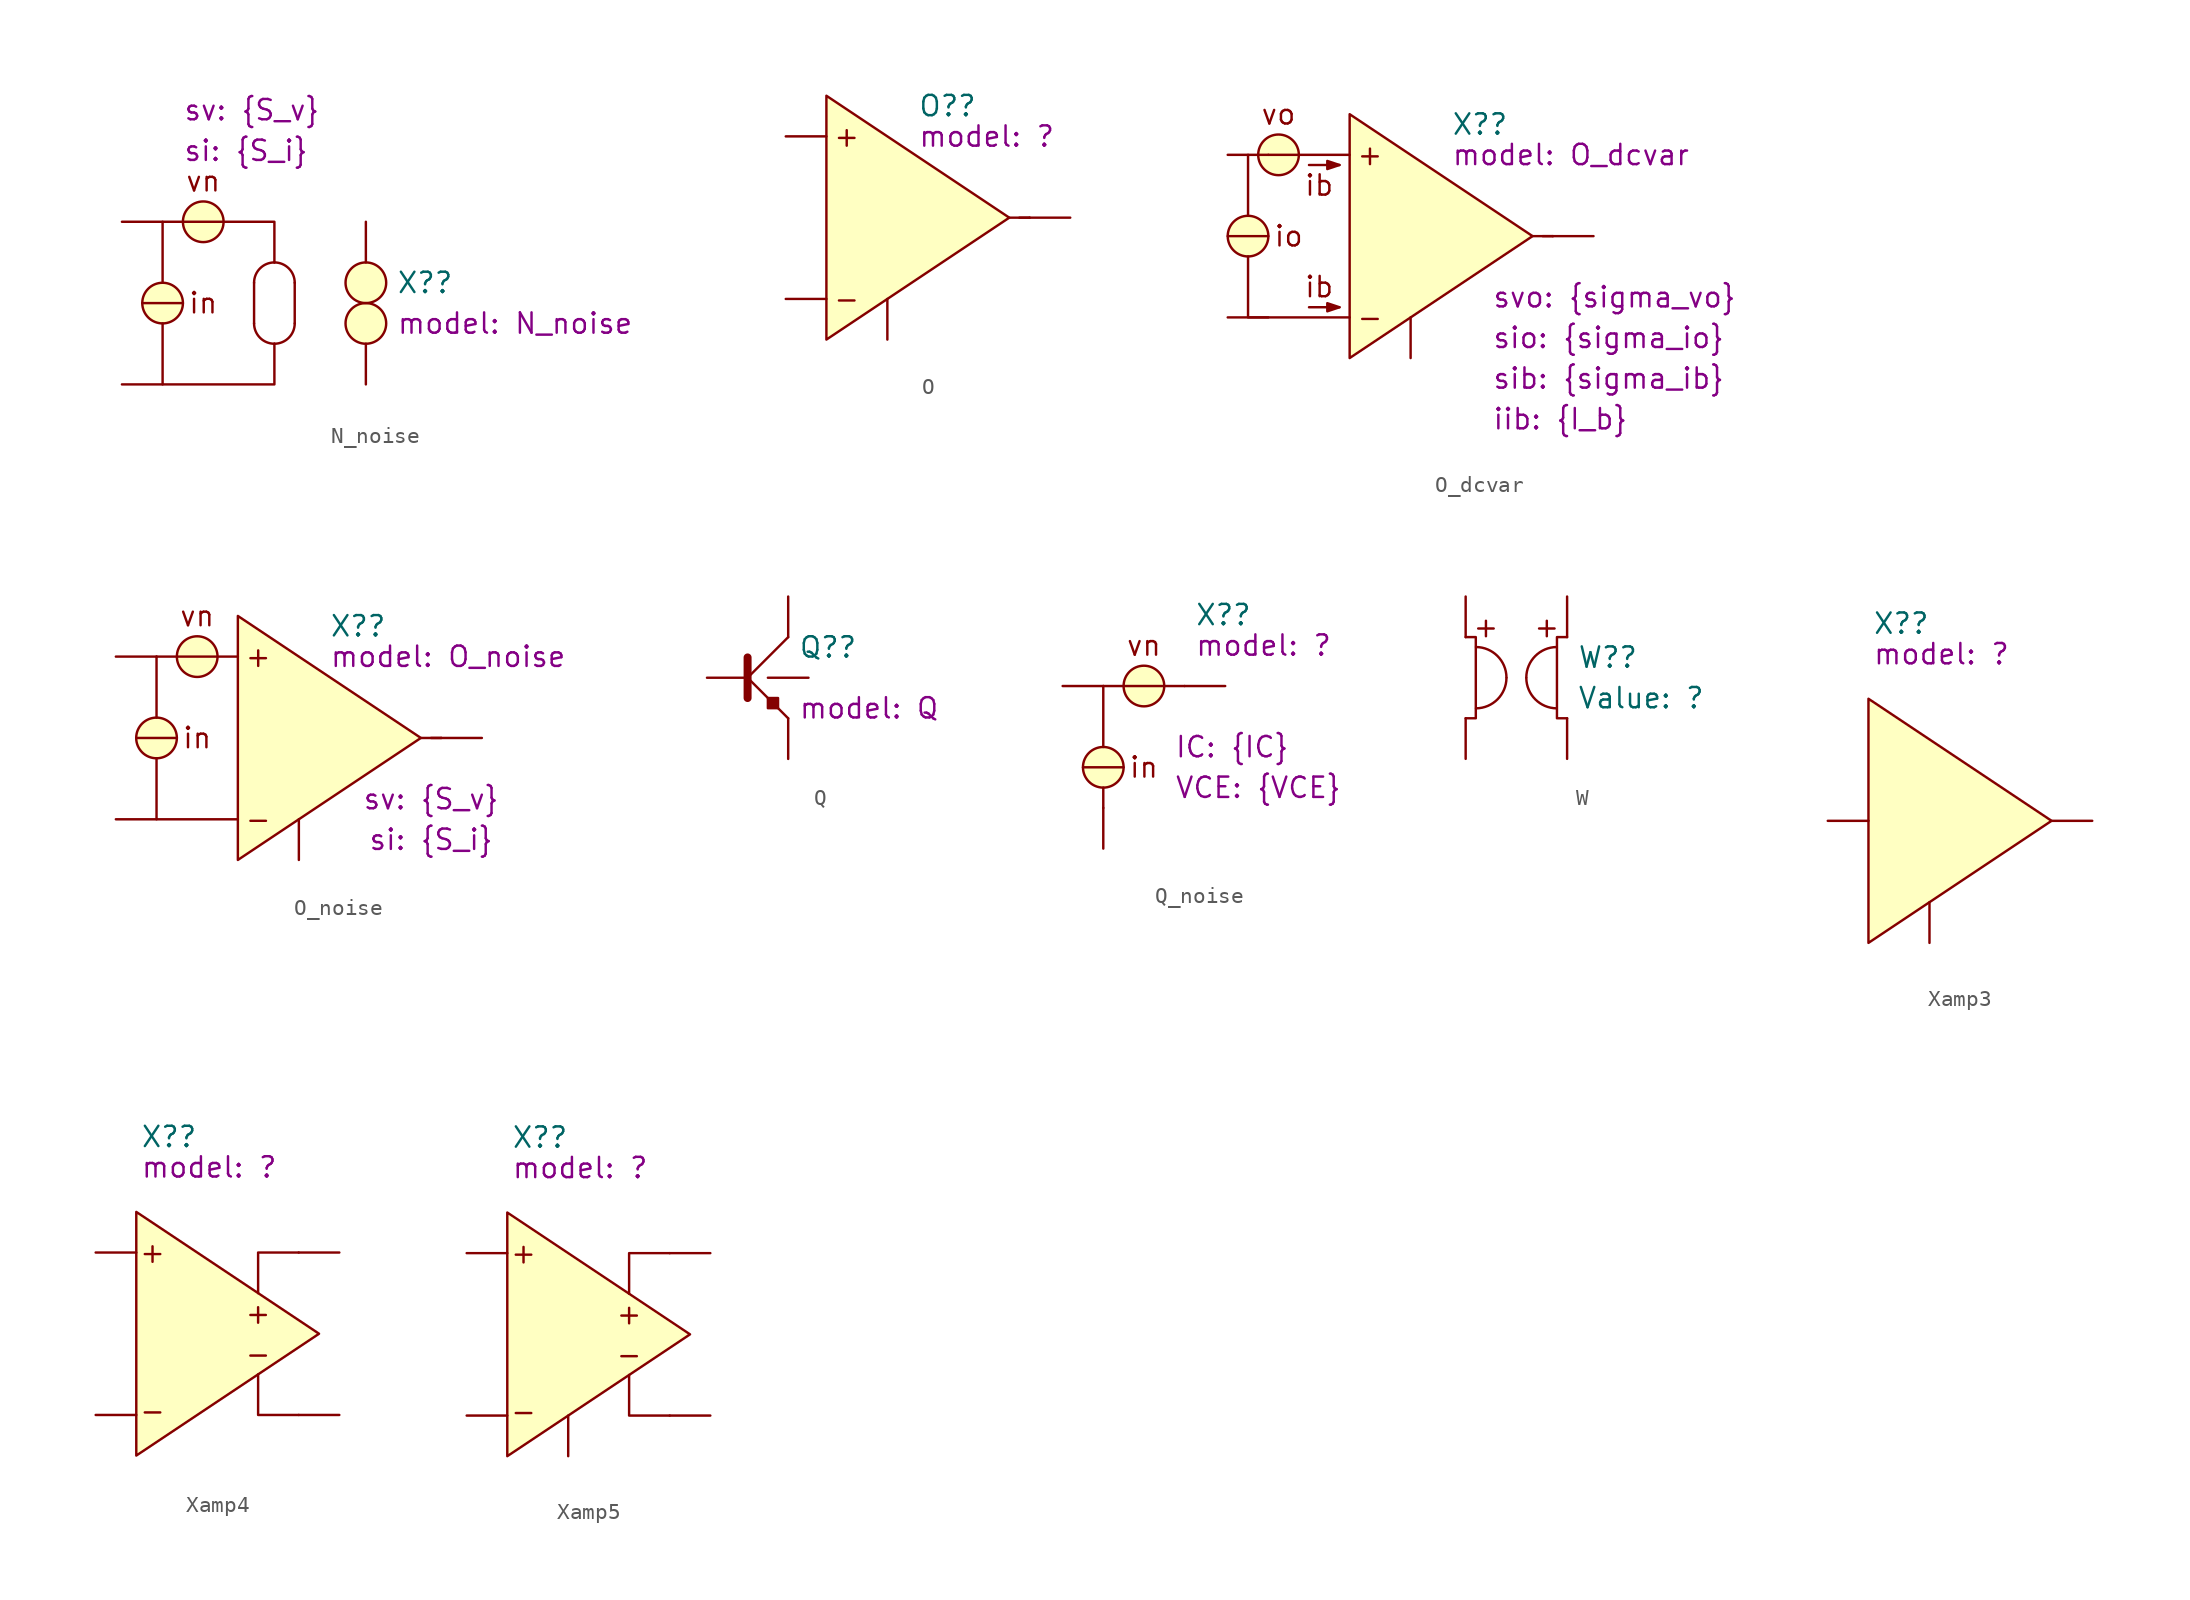
<source format=kicad_sym>
(kicad_symbol_lib
  (version 20231120)
  (generator "kicad_symbol_editor")
  (generator_version "8.0")
  (symbol "N_noise"
    (pin_numbers hide)
    (pin_names
      (offset 0) hide)
    (property "Reference" "X?"
      (at 1.905 1.27 0)
      (effects (font (size 1.27 1.27)) (justify left)))
    (property "sv" "{S_v}"
      (at -11.43 12.065 0)
      (show_name)
      (effects (font (size 1.27 1.27)) (justify left)))
    (property "si" "{S_i}"
      (at -11.43 9.525 0)
      (show_name)
      (effects (font (size 1.27 1.27)) (justify left)))
    (property "model" "N_noise"
      (at 1.905 -1.27 0)
      (show_name)
      (effects (font (size 1.27 1.27)) (justify left)))
    (symbol "N_noise_0_1"
      (arc (start -6.985 -1.27) (mid -6.613 -2.168) (end -5.715 -2.54) (stroke (width 0) (type default)) (fill (type none)))
      (arc (start -5.715 -2.54) (mid -4.817 -2.168) (end -4.445 -1.27) (stroke (width 0) (type default)) (fill (type none)))
      (arc (start -5.7149 2.5401) (mid -6.6129 2.1681) (end -6.9849 1.2701) (stroke (width 0) (type default)) (fill (type none)))
      (arc (start -4.4449 1.2701) (mid -4.8169 2.1681) (end -5.7149 2.5401) (stroke (width 0) (type default)) (fill (type none)))
      (polyline (pts (xy -13.97 0) (xy -11.43 0)) (stroke (width 0) (type default)) (fill (type none)))
      (polyline (pts (xy -6.985 1.27) (xy -6.985 -1.27)) (stroke (width 0) (type default)) (fill (type none)))
      (polyline (pts (xy -4.445 1.27) (xy -4.445 -1.27)) (stroke (width 0) (type default)) (fill (type none)))
      (polyline (pts (xy -12.7 -1.27) (xy -12.7 -5.08) (xy -5.715 -5.08) (xy -5.715 -2.54)) (stroke (width 0) (type default)) (fill (type none)))
      (polyline (pts (xy -5.715 2.54) (xy -5.715 5.08) (xy -12.7 5.08) (xy -12.7 1.27)) (stroke (width 0) (type default)) (fill (type none))))
    (symbol "N_noise_1_0"
      (pin power_out line (at 0 5.08 270) (length 2.54) (name "outP" (effects (font (size 1.27 1.27)))) (number "3" (effects (font (size 1.27 1.27)))))
      (pin power_out line (at 0 -5.08 90) (length 2.54) (name "outN" (effects (font (size 1.27 1.27)))) (number "4" (effects (font (size 1.27 1.27))))))
    (symbol "N_noise_1_1"
      (circle (center -12.7 0) (radius 1.27) (stroke (width 0) (type default)) (fill (type background)))
      (circle (center -10.16 5.08) (radius 1.27) (stroke (width 0) (type default)) (fill (type background)))
      (circle (center 0 -1.27) (radius 1.27) (stroke (width 0) (type default)) (fill (type background)))
      (circle (center 0 1.27) (radius 1.27) (stroke (width 0) (type default)) (fill (type background)))
      (text "in" (at -10.16 0 0) (effects (font (size 1.27 1.27))))
      (text "vn" (at -10.16 7.62 0) (effects (font (size 1.27 1.27))))
      (pin input line (at -15.24 5.08 0) (length 2.54) (name "inp" (effects (font (size 1.27 1.27)))) (number "1" (effects (font (size 1.27 1.27)))))
      (pin input line (at -15.24 -5.08 0) (length 2.54) (name "inN" (effects (font (size 1.27 1.27)))) (number "2" (effects (font (size 1.27 1.27)))))))
  (symbol "O"
    (pin_numbers hide)
    (pin_names
      (offset 0) hide)
    (property "Reference" "O?"
      (at 0.635 6.985 0)
      (effects (font (size 1.27 1.27)) (justify left)))
    (property "model" "?"
      (at 0.635 5.08 0)
      (show_name)
      (effects (font (size 1.27 1.27)) (justify left)))
    (symbol "O_0_1"
      (polyline (pts (xy 6.35 0) (xy 7.62 0)) (stroke (width 0) (type default)) (fill (type none)))
      (polyline (pts (xy 7.62 0) (xy 6.985 0)) (stroke (width 0) (type default)) (fill (type none))))
    (symbol "O_1_0"
      (pin power_out line (at 10.16 0 180) (length 2.54) (name "outP" (effects (font (size 1.27 1.27)))) (number "3" (effects (font (size 1.27 1.27)))))
      (pin power_out line (at -1.27 -7.62 90) (length 2.54) (name "outN" (effects (font (size 1.27 1.27)))) (number "4" (effects (font (size 1.27 1.27))))))
    (symbol "O_1_1"
      (polyline (pts (xy 6.35 0) (xy -5.08 7.62) (xy -5.08 -7.62) (xy 6.35 0)) (stroke (width 0) (type default)) (fill (type background)))
      (text "+" (at -3.81 5.08 0) (effects (font (size 1.27 1.27))))
      (text "-" (at -3.81 -5.08 0) (effects (font (size 1.27 1.27))))
      (pin input line (at -7.62 5.08 0) (length 2.54) (name "inp" (effects (font (size 1.27 1.27)))) (number "1" (effects (font (size 1.27 1.27)))))
      (pin input line (at -7.62 -5.08 0) (length 2.54) (name "inN" (effects (font (size 1.27 1.27)))) (number "2" (effects (font (size 1.27 1.27)))))))
  (symbol "O_dcvar"
    (pin_numbers hide)
    (pin_names
      (offset 0) hide)
    (property "Reference" "X?"
      (at 1.27 6.985 0)
      (effects (font (size 1.27 1.27)) (justify left)))
    (property "svo" "{sigma_vo}"
      (at 3.81 -3.81 0)
      (show_name)
      (do_not_autoplace)
      (effects (font (size 1.27 1.27)) (justify left)))
    (property "sio" "{sigma_io}"
      (at 3.81 -6.35 0)
      (show_name)
      (do_not_autoplace)
      (effects (font (size 1.27 1.27)) (justify left)))
    (property "model" "O_dcvar"
      (at 1.27 5.08 0)
      (show_name)
      (effects (font (size 1.27 1.27)) (justify left)))
    (property "sib" "{sigma_ib}"
      (at 3.81 -8.89 0)
      (show_name)
      (do_not_autoplace)
      (effects (font (size 1.27 1.27)) (justify left)))
    (property "iib" "{I_b}"
      (at 3.81 -11.43 0)
      (show_name)
      (do_not_autoplace)
      (effects (font (size 1.27 1.27)) (justify left)))
    (symbol "O_dcvar_0_1"
      (polyline (pts (xy -12.7 0) (xy -10.16 0)) (stroke (width 0) (type default)) (fill (type none)))
      (polyline (pts (xy -5.715 -4.445) (xy -7.62 -4.445)) (stroke (width 0) (type solid)) (fill (type none)))
      (polyline (pts (xy -5.715 4.445) (xy -7.62 4.445)) (stroke (width 0) (type solid)) (fill (type none)))
      (polyline (pts (xy 6.35 0) (xy 7.62 0)) (stroke (width 0) (type default)) (fill (type none)))
      (polyline (pts (xy 7.62 0) (xy 6.985 0)) (stroke (width 0) (type default)) (fill (type none)))
      (polyline (pts (xy -11.43 -1.27) (xy -11.43 -5.08) (xy -5.08 -5.08)) (stroke (width 0) (type default)) (fill (type none)))
      (polyline (pts (xy -5.715 -4.445) (xy -6.477 -4.191) (xy -6.477 -4.699) (xy -5.715 -4.445)) (stroke (width 0) (type solid)) (fill (type outline)))
      (polyline (pts (xy -5.715 4.445) (xy -6.477 4.699) (xy -6.477 4.191) (xy -5.715 4.445)) (stroke (width 0) (type solid)) (fill (type outline))))
    (symbol "O_dcvar_1_0"
      (pin power_out line (at 10.16 0 180) (length 2.54) (name "outP" (effects (font (size 1.27 1.27)))) (number "3" (effects (font (size 1.27 1.27)))))
      (pin power_out line (at -1.27 -7.62 90) (length 2.54) (name "outN" (effects (font (size 1.27 1.27)))) (number "4" (effects (font (size 1.27 1.27))))))
    (symbol "O_dcvar_1_1"
      (circle (center -11.43 0) (radius 1.27) (stroke (width 0) (type default)) (fill (type background)))
      (circle (center -9.525 5.08) (radius 1.27) (stroke (width 0) (type default)) (fill (type background)))
      (polyline (pts (xy -11.43 1.27) (xy -11.43 5.08)) (stroke (width 0) (type default)) (fill (type none)))
      (polyline (pts (xy -10.16 5.08) (xy -5.08 5.08)) (stroke (width 0) (type default)) (fill (type none)))
      (polyline (pts (xy 6.35 0) (xy -5.08 7.62) (xy -5.08 -7.62) (xy 6.35 0)) (stroke (width 0) (type default)) (fill (type background)))
      (text "+" (at -3.81 5.08 0) (effects (font (size 1.27 1.27))))
      (text "-" (at -3.81 -5.08 0) (effects (font (size 1.27 1.27))))
      (text "ib" (at -6.985 -3.175 0) (effects (font (size 1.27 1.27))))
      (text "ib" (at -6.985 3.175 0) (effects (font (size 1.27 1.27))))
      (text "io" (at -8.89 0 0) (effects (font (size 1.27 1.27))))
      (text "vo" (at -9.525 7.62 0) (effects (font (size 1.27 1.27))))
      (pin input line (at -12.7 5.08 0) (length 2.54) (name "inp" (effects (font (size 1.27 1.27)))) (number "1" (effects (font (size 1.27 1.27)))))
      (pin input line (at -12.7 -5.08 0) (length 2.54) (name "inN" (effects (font (size 1.27 1.27)))) (number "2" (effects (font (size 1.27 1.27)))))))
  (symbol "O_noise"
    (pin_numbers hide)
    (pin_names
      (offset 0) hide)
    (property "Reference" "X?"
      (at 0.635 6.985 0)
      (effects (font (size 1.27 1.27)) (justify left)))
    (property "sv" "{S_v}"
      (at 6.985 -3.81 0)
      (show_name)
      (effects (font (size 1.27 1.27))))
    (property "si" "{S_i}"
      (at 6.985 -6.35 0)
      (show_name)
      (effects (font (size 1.27 1.27))))
    (property "model" "O_noise"
      (at 0.635 5.08 0)
      (show_name)
      (effects (font (size 1.27 1.27)) (justify left)))
    (symbol "O_noise_0_1"
      (polyline (pts (xy -11.43 0) (xy -8.89 0)) (stroke (width 0) (type default)) (fill (type none)))
      (polyline (pts (xy 6.35 0) (xy 7.62 0)) (stroke (width 0) (type default)) (fill (type none)))
      (polyline (pts (xy 7.62 0) (xy 6.985 0)) (stroke (width 0) (type default)) (fill (type none))))
    (symbol "O_noise_1_0"
      (pin power_out line (at 10.16 0 180) (length 2.54) (name "outP" (effects (font (size 1.27 1.27)))) (number "3" (effects (font (size 1.27 1.27)))))
      (pin power_out line (at -1.27 -7.62 90) (length 2.54) (name "outN" (effects (font (size 1.27 1.27)))) (number "4" (effects (font (size 1.27 1.27))))))
    (symbol "O_noise_1_1"
      (circle (center -10.16 0) (radius 1.27) (stroke (width 0) (type default)) (fill (type background)))
      (circle (center -7.62 5.08) (radius 1.27) (stroke (width 0) (type default)) (fill (type background)))
      (polyline (pts (xy -10.16 1.27) (xy -10.16 5.08)) (stroke (width 0) (type default)) (fill (type none)))
      (polyline (pts (xy -10.16 5.08) (xy -5.08 5.08)) (stroke (width 0) (type default)) (fill (type none)))
      (polyline (pts (xy -10.16 -1.27) (xy -10.16 -5.08) (xy -5.08 -5.08)) (stroke (width 0) (type default)) (fill (type none)))
      (polyline (pts (xy 6.35 0) (xy -5.08 7.62) (xy -5.08 -7.62) (xy 6.35 0)) (stroke (width 0) (type default)) (fill (type background)))
      (text "+" (at -3.81 5.08 0) (effects (font (size 1.27 1.27))))
      (text "-" (at -3.81 -5.08 0) (effects (font (size 1.27 1.27))))
      (text "in" (at -7.62 0 0) (effects (font (size 1.27 1.27))))
      (text "vn" (at -7.62 7.62 0) (effects (font (size 1.27 1.27))))
      (pin input line (at -12.7 5.08 0) (length 2.54) (name "inp" (effects (font (size 1.27 1.27)))) (number "1" (effects (font (size 1.27 1.27)))))
      (pin input line (at -12.7 -5.08 0) (length 2.54) (name "inN" (effects (font (size 1.27 1.27)))) (number "2" (effects (font (size 1.27 1.27)))))))
  (symbol "Q"
    (pin_numbers hide)
    (pin_names
      (offset 0) hide)
    (property "Reference" "Q?"
      (at 0.635 1.905 0)
      (effects (font (size 1.27 1.27)) (justify left)))
    (property "model" "Q"
      (at 0.635 -1.905 0)
      (show_name)
      (effects (font (size 1.27 1.27)) (justify left)))
    (symbol "Q_0_1"
      (polyline (pts (xy -1.27 -1.27) (xy -1.27 -1.27) (xy -1.27 -1.905) (xy -0.635 -1.905) (xy -0.635 -1.27) (xy -0.635 -1.27) (xy -1.27 -1.27)) (stroke (width 0) (type solid)) (fill (type outline))))
    (symbol "Q_1_0"
      (pin unspecified line (at 0 5.08 270) (length 2.54) (name "C" (effects (font (size 1.27 1.27)))) (number "1" (effects (font (size 1.27 1.27)))))
      (pin unspecified line (at -5.08 0 0) (length 2.54) (name "B" (effects (font (size 1.27 1.27)))) (number "2" (effects (font (size 1.27 1.27)))))
      (pin unspecified line (at 0 -5.08 90) (length 2.54) (name "E" (effects (font (size 1.27 1.27)))) (number "3" (effects (font (size 1.27 1.27)))))
      (pin unspecified line (at 1.27 0 180) (length 2.54) (name "S" (effects (font (size 1.27 1.27)))) (number "4" (effects (font (size 1.27 1.27))))))
    (symbol "Q_1_1"
      (polyline (pts (xy -2.54 -1.27) (xy -2.54 1.27)) (stroke (width 0.5) (type solid)) (fill (type none)))
      (polyline (pts (xy 0 -2.54) (xy -2.54 0)) (stroke (width 0) (type default)) (fill (type none)))
      (polyline (pts (xy 0 2.54) (xy -2.54 0) (xy -2.54 0)) (stroke (width 0) (type default)) (fill (type none)))))
  (symbol "Q_noise"
    (pin_numbers hide)
    (pin_names
      (offset 0) hide)
    (property "Reference" "X?"
      (at 5.715 9.525 0)
      (effects (font (size 1.27 1.27)) (justify left)))
    (property "IC" "{IC}"
      (at 4.445 1.27 0)
      (show_name)
      (effects (font (size 1.27 1.27)) (justify left)))
    (property "VCE" "{VCE}"
      (at 4.445 -1.27 0)
      (show_name)
      (effects (font (size 1.27 1.27)) (justify left)))
    (property "model" "?"
      (at 5.715 7.62 0)
      (show_name)
      (effects (font (size 1.27 1.27)) (justify left)))
    (symbol "Q_noise_0_0"
      (polyline (pts (xy 0 -1.27) (xy 0 -2.54)) (stroke (width 0) (type default)) (fill (type none)))
      (polyline (pts (xy 0 5.08) (xy 0 1.27)) (stroke (width 0) (type default)) (fill (type none)))
      (polyline (pts (xy 0 5.08) (xy 5.08 5.08)) (stroke (width 0) (type default)) (fill (type none))))
    (symbol "Q_noise_0_1"
      (polyline (pts (xy -1.27 0) (xy 1.27 0)) (stroke (width 0) (type default)) (fill (type none))))
    (symbol "Q_noise_1_0"
      (pin bidirectional line (at 7.62 5.08 180) (length 2.54) (name "int" (effects (font (size 1.27 1.27)))) (number "3" (effects (font (size 1.27 1.27))))))
    (symbol "Q_noise_1_1"
      (circle (center 0 0) (radius 1.27) (stroke (width 0) (type default)) (fill (type background)))
      (circle (center 2.54 5.08) (radius 1.27) (stroke (width 0) (type default)) (fill (type background)))
      (text "in" (at 2.54 0 0) (effects (font (size 1.27 1.27))))
      (text "vn" (at 2.54 7.62 0) (effects (font (size 1.27 1.27))))
      (pin bidirectional line (at -2.54 5.08 0) (length 2.54) (name "ext" (effects (font (size 1.27 1.27)))) (number "1" (effects (font (size 1.27 1.27)))))
      (pin bidirectional line (at 0 -5.08 90) (length 2.54) (name "comm" (effects (font (size 1.27 1.27)))) (number "2" (effects (font (size 1.27 1.27)))))))
  (symbol "W"
    (pin_numbers hide)
    (pin_names
      (offset 0) hide)
    (property "Reference" "W?"
      (at 0.635 1.27 0)
      (effects (font (size 1.27 1.27)) (justify left)))
    (property "Value" "?"
      (at 0.635 -1.27 0)
      (show_name)
      (effects (font (size 1.27 1.27)) (justify left)))
    (symbol "W_0_0"
      (arc (start -5.7011 -1.9189) (mid -4.3581 -1.3569) (end -3.7961 -0.0139) (stroke (width 0) (type default)) (fill (type none)))
      (arc (start -3.7962 0.0138) (mid -4.3582 1.3568) (end -5.7012 1.9188) (stroke (width 0) (type default)) (fill (type none)))
      (arc (start -2.5539 -0.0139) (mid -1.9919 -1.3569) (end -0.6489 -1.9189) (stroke (width 0) (type default)) (fill (type none)))
      (arc (start -0.6488 1.9188) (mid -1.9918 1.3568) (end -2.5538 0.0138) (stroke (width 0) (type default)) (fill (type none)))
      (polyline (pts (xy -6.35 2.54) (xy -5.715 2.54) (xy -5.715 -2.54) (xy -6.35 -2.54)) (stroke (width 0) (type default)) (fill (type none)))
      (polyline (pts (xy 0 2.54) (xy -0.635 2.54) (xy -0.635 -2.54) (xy 0 -2.54)) (stroke (width 0) (type default)) (fill (type none))))
    (symbol "W_1_0"
      (text "+" (at -5.08 3.175 0) (effects (font (size 1.27 1.27))))
      (text "+" (at -1.27 3.175 0) (effects (font (size 1.27 1.27))))
      (pin bidirectional line (at 0 5.08 270) (length 2.54) (name "outP" (effects (font (size 1.27 1.27)))) (number "1" (effects (font (size 1.27 1.27)))))
      (pin bidirectional line (at 0 -5.08 90) (length 2.54) (name "outN" (effects (font (size 1.27 1.27)))) (number "2" (effects (font (size 1.27 1.27))))))
    (symbol "W_1_1"
      (pin bidirectional line (at -6.35 5.08 270) (length 2.54) (name "inp" (effects (font (size 1.27 1.27)))) (number "3" (effects (font (size 1.27 1.27)))))
      (pin bidirectional line (at -6.35 -5.08 90) (length 2.54) (name "inN" (effects (font (size 1.27 1.27)))) (number "4" (effects (font (size 1.27 1.27)))))))
  (symbol "Xamp3"
    (pin_numbers hide)
    (pin_names
      (offset 0) hide)
    (property "Reference" "X?"
      (at -4.826 12.319 0)
      (effects (font (size 1.27 1.27)) (justify left)))
    (property "model" "?"
      (at -4.826 10.414 0)
      (show_name)
      (effects (font (size 1.27 1.27)) (justify left)))
    (symbol "Xamp3_1_0"
      (pin power_out line (at 8.89 0 180) (length 2.54) (name "out" (effects (font (size 1.27 1.27)))) (number "2" (effects (font (size 1.27 1.27)))))
      (pin power_out line (at -1.27 -7.62 90) (length 2.54) (name "REF" (effects (font (size 1.27 1.27)))) (number "3" (effects (font (size 1.27 1.27))))))
    (symbol "Xamp3_1_1"
      (polyline (pts (xy 6.35 0) (xy -5.08 7.62) (xy -5.08 -7.62) (xy 6.35 0)) (stroke (width 0) (type default)) (fill (type background)))
      (pin input line (at -7.62 0 0) (length 2.54) (name "in" (effects (font (size 1.27 1.27)))) (number "1" (effects (font (size 1.27 1.27)))))))
  (symbol "Xamp4"
    (pin_numbers hide)
    (pin_names
      (offset 0) hide)
    (property "Reference" "X?"
      (at -4.826 12.319 0)
      (effects (font (size 1.27 1.27)) (justify left)))
    (property "model" "?"
      (at -4.826 10.414 0)
      (show_name)
      (effects (font (size 1.27 1.27)) (justify left)))
    (symbol "Xamp4_0_1"
      (polyline (pts (xy 5.08 -5.08) (xy 2.54 -5.08) (xy 2.54 -2.54)) (stroke (width 0) (type default)) (fill (type none)))
      (polyline (pts (xy 5.08 5.08) (xy 2.54 5.08) (xy 2.54 2.54)) (stroke (width 0) (type default)) (fill (type none))))
    (symbol "Xamp4_1_0"
      (pin power_out line (at 7.62 5.08 180) (length 2.54) (name "outP" (effects (font (size 1.27 1.27)))) (number "3" (effects (font (size 1.27 1.27)))))
      (pin power_out line (at 7.62 -5.08 180) (length 2.54) (name "outN" (effects (font (size 1.27 1.27)))) (number "4" (effects (font (size 1.27 1.27))))))
    (symbol "Xamp4_1_1"
      (polyline (pts (xy 6.35 0) (xy -5.08 7.62) (xy -5.08 -7.62) (xy 6.35 0)) (stroke (width 0) (type default)) (fill (type background)))
      (text "+" (at -4.064 5.08 0) (effects (font (size 1.27 1.27))))
      (text "+" (at 2.54 1.27 0) (effects (font (size 1.27 1.27))))
      (text "-" (at -4.064 -4.826 0) (effects (font (size 1.27 1.27))))
      (text "-" (at 2.54 -1.27 0) (effects (font (size 1.27 1.27))))
      (pin input line (at -7.62 5.08 0) (length 2.54) (name "inP" (effects (font (size 1.27 1.27)))) (number "1" (effects (font (size 1.27 1.27)))))
      (pin input line (at -7.62 -5.08 0) (length 2.54) (name "inN" (effects (font (size 1.27 1.27)))) (number "2" (effects (font (size 1.27 1.27)))))))
  (symbol "Xamp5"
    (pin_numbers hide)
    (pin_names
      (offset 0) hide)
    (property "Reference" "X?"
      (at -4.826 12.319 0)
      (effects (font (size 1.27 1.27)) (justify left)))
    (property "model" "?"
      (at -4.826 10.414 0)
      (show_name)
      (effects (font (size 1.27 1.27)) (justify left)))
    (symbol "Xamp5_0_1"
      (polyline (pts (xy 5.08 -5.08) (xy 2.54 -5.08) (xy 2.54 -2.54)) (stroke (width 0) (type default)) (fill (type none)))
      (polyline (pts (xy 5.08 5.08) (xy 2.54 5.08) (xy 2.54 2.54)) (stroke (width 0) (type default)) (fill (type none))))
    (symbol "Xamp5_1_0"
      (pin power_out line (at 7.62 5.08 180) (length 2.54) (name "outP" (effects (font (size 1.27 1.27)))) (number "3" (effects (font (size 1.27 1.27)))))
      (pin power_out line (at 7.62 -5.08 180) (length 2.54) (name "outN" (effects (font (size 1.27 1.27)))) (number "4" (effects (font (size 1.27 1.27)))))
      (pin power_out line (at -1.27 -7.62 90) (length 2.54) (name "REF" (effects (font (size 1.27 1.27)))) (number "5" (effects (font (size 1.27 1.27))))))
    (symbol "Xamp5_1_1"
      (polyline (pts (xy 6.35 0) (xy -5.08 7.62) (xy -5.08 -7.62) (xy 6.35 0)) (stroke (width 0) (type default)) (fill (type color) (color 255 255 194 1)))
      (text "+" (at -4.064 5.08 0) (effects (font (size 1.27 1.27))))
      (text "+" (at 2.54 1.27 0) (effects (font (size 1.27 1.27))))
      (text "-" (at -4.064 -4.826 0) (effects (font (size 1.27 1.27))))
      (text "-" (at 2.54 -1.27 0) (effects (font (size 1.27 1.27))))
      (pin input line (at -7.62 5.08 0) (length 2.54) (name "inP" (effects (font (size 1.27 1.27)))) (number "1" (effects (font (size 1.27 1.27)))))
      (pin input line (at -7.62 -5.08 0) (length 2.54) (name "inN" (effects (font (size 1.27 1.27)))) (number "2" (effects (font (size 1.27 1.27))))))))
</source>
